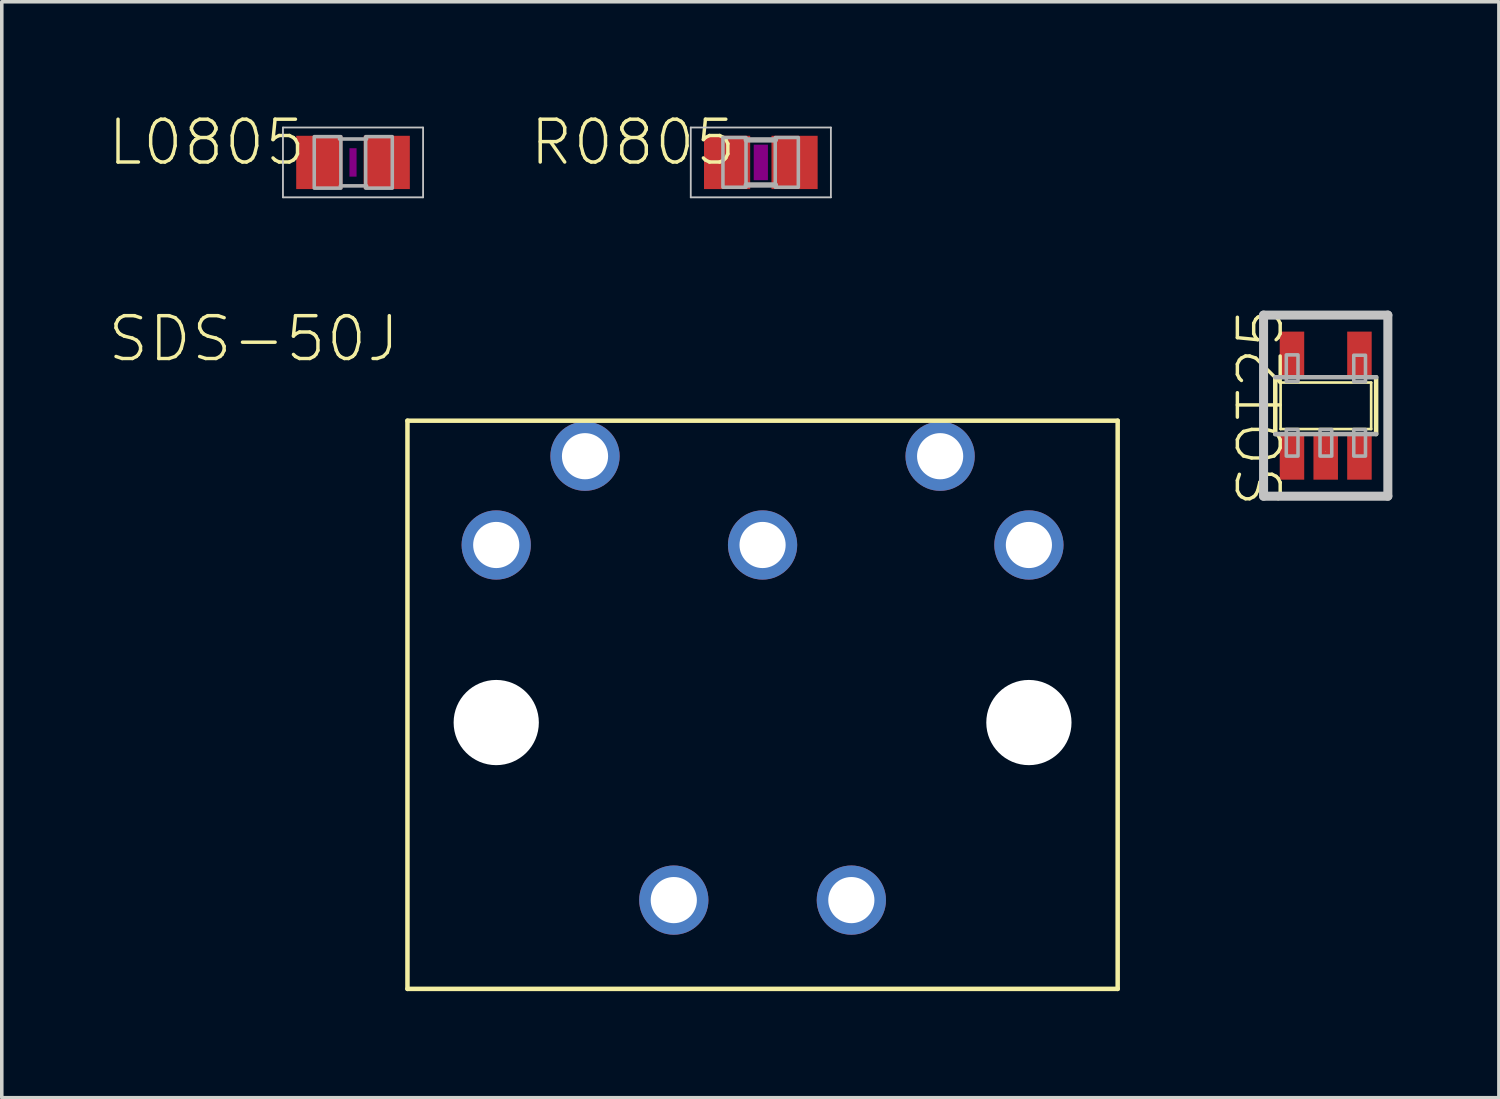
<source format=kicad_pcb>
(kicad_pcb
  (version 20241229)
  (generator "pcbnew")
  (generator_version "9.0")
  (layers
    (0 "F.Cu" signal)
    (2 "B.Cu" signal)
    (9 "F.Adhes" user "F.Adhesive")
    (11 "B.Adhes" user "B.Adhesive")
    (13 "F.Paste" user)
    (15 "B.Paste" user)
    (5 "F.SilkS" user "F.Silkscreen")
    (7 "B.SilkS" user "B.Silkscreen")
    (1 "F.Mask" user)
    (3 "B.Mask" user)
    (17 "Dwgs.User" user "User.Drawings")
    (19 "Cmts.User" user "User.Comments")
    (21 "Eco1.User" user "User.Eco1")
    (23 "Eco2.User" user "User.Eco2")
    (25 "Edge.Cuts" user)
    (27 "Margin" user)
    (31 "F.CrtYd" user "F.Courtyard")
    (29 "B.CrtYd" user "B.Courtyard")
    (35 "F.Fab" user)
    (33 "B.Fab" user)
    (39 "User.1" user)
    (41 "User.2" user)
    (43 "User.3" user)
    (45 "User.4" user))
  (footprint "SOT25"
    (layer "F.Cu")
    (at 34.282 8.373)
    (property "Reference" "SOT25" (at -2.54 -2.84 270) (layer "F.SilkS") (effects (font (size 1.206 1.206) (thickness 0.097)) (justify right top)))
    (attr through_hole)
    (fp_line (start -1.42 0.8) (end -1.42 -0.8) (stroke (width 0.127) (type solid)) (layer "F.SilkS"))
    (fp_line (start -1.27 -0.65) (end 1.28 -0.65) (stroke (width 0.075) (type solid)) (layer "F.SilkS"))
    (fp_line (start -1.27 0.66) (end -1.27 -0.65) (stroke (width 0.075) (type solid)) (layer "F.SilkS"))
    (fp_line (start 0 1.29) (end 0 1.3) (stroke (width 0.01) (type solid)) (layer "F.SilkS"))
    (fp_line (start 1.28 -0.65) (end 1.28 0.66) (stroke (width 0.075) (type solid)) (layer "F.SilkS"))
    (fp_line (start 1.28 0.66) (end -1.27 0.66) (stroke (width 0.075) (type solid)) (layer "F.SilkS"))
    (fp_line (start 1.42 -0.8) (end 1.42 0.8) (stroke (width 0.127) (type solid)) (layer "F.SilkS"))
    (fp_line (start -1.75 -2.55) (end 1.75 -2.55) (stroke (width 0.254) (type solid)) (layer "Dwgs.User"))
    (fp_line (start -1.75 2.55) (end -1.75 -2.55) (stroke (width 0.254) (type solid)) (layer "Dwgs.User"))
    (fp_line (start 1.75 -2.55) (end 1.75 2.55) (stroke (width 0.254) (type solid)) (layer "Dwgs.User"))
    (fp_line (start 1.75 2.55) (end -1.75 2.55) (stroke (width 0.254) (type solid)) (layer "Dwgs.User"))
    (fp_line (start -1.42 -0.8) (end 1.42 -0.8) (stroke (width 0.127) (type solid)) (layer "F.Fab"))
    (fp_line (start 1.42 0.8) (end -1.42 0.8) (stroke (width 0.127) (type solid)) (layer "F.Fab"))
    (fp_poly (pts (xy -1.11 -0.68) (xy -0.78 -0.68) (xy -0.78 -1.43) (xy -1.11 -1.43)) (stroke (width 0.1) (type solid)) (fill no) (layer "F.Fab"))
    (fp_poly (pts (xy -1.11 1.42) (xy -0.78 1.42) (xy -0.78 0.67) (xy -1.11 0.67)) (stroke (width 0.1) (type solid)) (fill no) (layer "F.Fab"))
    (fp_poly (pts (xy -0.16 1.42) (xy 0.17 1.42) (xy 0.17 0.67) (xy -0.16 0.67)) (stroke (width 0.1) (type solid)) (fill no) (layer "F.Fab"))
    (fp_poly (pts (xy 0.79 -0.67) (xy 1.12 -0.67) (xy 1.12 -1.42) (xy 0.79 -1.42)) (stroke (width 0.1) (type solid)) (fill no) (layer "F.Fab"))
    (fp_poly (pts (xy 0.79 1.42) (xy 1.12 1.42) (xy 1.12 0.67) (xy 0.79 0.67)) (stroke (width 0.1) (type solid)) (fill no) (layer "F.Fab"))
    (pad "1" smd rect (at -0.95 1.44) (size 0.69 1.29) (layers "F.Cu" "F.Mask" "F.Paste"))
    (pad "2" smd rect (at 0 1.44) (size 0.69 1.29) (layers "F.Cu" "F.Mask" "F.Paste"))
    (pad "3" smd rect (at 0.95 1.44) (size 0.69 1.29) (layers "F.Cu" "F.Mask" "F.Paste"))
    (pad "4" smd rect (at 0.95 -1.44) (size 0.69 1.29) (layers "F.Cu" "F.Mask" "F.Paste"))
    (pad "5" smd rect (at -0.95 -1.44) (size 0.69 1.29) (layers "F.Cu" "F.Mask" "F.Paste")))
  (footprint "SDS-50J"
    (layer "F.Cu")
    (at 18.424 22.297)
    (property "Reference" "SDS-50J" (at -10.16 -16.51 180) (layer "F.SilkS") (effects (font (size 1.206 1.206) (thickness 0.097)) (justify right top)))
    (attr through_hole)
    (fp_line (start -10 -13.5) (end -10 2.5) (stroke (width 0.127) (type solid)) (layer "F.SilkS"))
    (fp_line (start -10 2.5) (end 10 2.5) (stroke (width 0.127) (type solid)) (layer "F.SilkS"))
    (fp_line (start 10 -13.5) (end -10 -13.5) (stroke (width 0.127) (type solid)) (layer "F.SilkS"))
    (fp_line (start 10 2.5) (end 10 -13.5) (stroke (width 0.127) (type solid)) (layer "F.SilkS"))
    (pad "" np_thru_hole circle (at -7.5 -5) (size 2.4 2.4) (drill 2.4) (layers "*.Cu" "*.Mask"))
    (pad "" np_thru_hole circle (at 7.5 -5) (size 2.4 2.4) (drill 2.4) (layers "*.Cu" "*.Mask"))
    (pad "P$1" thru_hole circle (at 7.5 -10) (size 1.95 1.95) (drill 1.3) (layers "*.Cu" "*.Mask"))
    (pad "P$2" thru_hole circle (at 0 -10) (size 1.95 1.95) (drill 1.3) (layers "*.Cu" "*.Mask"))
    (pad "P$3" thru_hole circle (at -7.5 -10) (size 1.95 1.95) (drill 1.3) (layers "*.Cu" "*.Mask"))
    (pad "P$4" thru_hole circle (at 5 -12.5) (size 1.95 1.95) (drill 1.3) (layers "*.Cu" "*.Mask"))
    (pad "P$5" thru_hole circle (at -5 -12.5) (size 1.95 1.95) (drill 1.3) (layers "*.Cu" "*.Mask"))
    (pad "P$6" thru_hole circle (at 2.5 0) (size 1.95 1.95) (drill 1.3) (layers "*.Cu" "*.Mask"))
    (pad "P$7" thru_hole circle (at -2.5 0) (size 1.95 1.95) (drill 1.3) (layers "*.Cu" "*.Mask")))
  (footprint "R0805"
    (layer "F.Cu")
    (at 18.375 1.524)
    (property "Reference" "R0805" (at -0.635 -1.27 180) (layer "F.SilkS") (effects (font (size 1.206 1.206) (thickness 0.097)) (justify right top)))
    (attr through_hole)
    (fp_poly (pts (xy -0.2 0.5) (xy 0.2 0.5) (xy 0.2 -0.5) (xy -0.2 -0.5)) (stroke (width 0) (type solid)) (fill yes) (layer "F.Adhes"))
    (fp_line (start -1.973 -0.983) (end 1.973 -0.983) (stroke (width 0.051) (type solid)) (layer "Dwgs.User"))
    (fp_line (start -1.973 0.983) (end -1.973 -0.983) (stroke (width 0.051) (type solid)) (layer "Dwgs.User"))
    (fp_line (start 1.973 -0.983) (end 1.973 0.983) (stroke (width 0.051) (type solid)) (layer "Dwgs.User"))
    (fp_line (start 1.973 0.983) (end -1.973 0.983) (stroke (width 0.051) (type solid)) (layer "Dwgs.User"))
    (fp_line (start -0.41 -0.635) (end 0.41 -0.635) (stroke (width 0.152) (type solid)) (layer "F.Fab"))
    (fp_line (start -0.41 0.635) (end 0.41 0.635) (stroke (width 0.152) (type solid)) (layer "F.Fab"))
    (fp_poly (pts (xy -1.067 0.699) (xy -0.417 0.699) (xy -0.417 -0.702) (xy -1.067 -0.702)) (stroke (width 0.1) (type solid)) (fill no) (layer "F.Fab"))
    (fp_poly (pts (xy 0.406 0.699) (xy 1.056 0.699) (xy 1.056 -0.702) (xy 0.406 -0.702)) (stroke (width 0.1) (type solid)) (fill no) (layer "F.Fab"))
    (pad "1" smd rect (at -0.95 0) (size 1.3 1.5) (layers "F.Cu" "F.Mask" "F.Paste"))
    (pad "2" smd rect (at 0.95 0) (size 1.3 1.5) (layers "F.Cu" "F.Mask" "F.Paste")))
  (footprint "L0805"
    (layer "F.Cu")
    (at 6.891 1.524)
    (property "Reference" "L0805" (at -1.27 -1.27 180) (layer "F.SilkS") (effects (font (size 1.206 1.206) (thickness 0.097)) (justify right top)))
    (attr through_hole)
    (fp_poly (pts (xy -0.1 0.4) (xy 0.1 0.4) (xy 0.1 -0.4) (xy -0.1 -0.4)) (stroke (width 0) (type solid)) (fill yes) (layer "F.Adhes"))
    (fp_line (start -1.973 -0.983) (end 1.973 -0.983) (stroke (width 0.051) (type solid)) (layer "Dwgs.User"))
    (fp_line (start -1.973 0.983) (end -1.973 -0.983) (stroke (width 0.051) (type solid)) (layer "Dwgs.User"))
    (fp_line (start 1.973 -0.983) (end 1.973 0.983) (stroke (width 0.051) (type solid)) (layer "Dwgs.User"))
    (fp_line (start 1.973 0.983) (end -1.973 0.983) (stroke (width 0.051) (type solid)) (layer "Dwgs.User"))
    (fp_line (start -0.381 -0.66) (end 0.381 -0.66) (stroke (width 0.102) (type solid)) (layer "F.Fab"))
    (fp_line (start -0.356 0.66) (end 0.381 0.66) (stroke (width 0.102) (type solid)) (layer "F.Fab"))
    (fp_poly (pts (xy -1.092 0.724) (xy -0.342 0.724) (xy -0.342 -0.726) (xy -1.092 -0.726)) (stroke (width 0.1) (type solid)) (fill no) (layer "F.Fab"))
    (fp_poly (pts (xy 0.356 0.724) (xy 1.106 0.724) (xy 1.106 -0.726) (xy 0.356 -0.726)) (stroke (width 0.1) (type solid)) (fill no) (layer "F.Fab"))
    (pad "1" smd rect (at -0.95 0) (size 1.3 1.5) (layers "F.Cu" "F.Mask" "F.Paste"))
    (pad "2" smd rect (at 0.95 0) (size 1.3 1.5) (layers "F.Cu" "F.Mask" "F.Paste")))
  (gr_rect
    (start -3 -3)
    (end 39.159 27.861)
    (stroke (width 0.1) (type default))
    (fill no)
    (layer "Edge.Cuts")))
</source>
